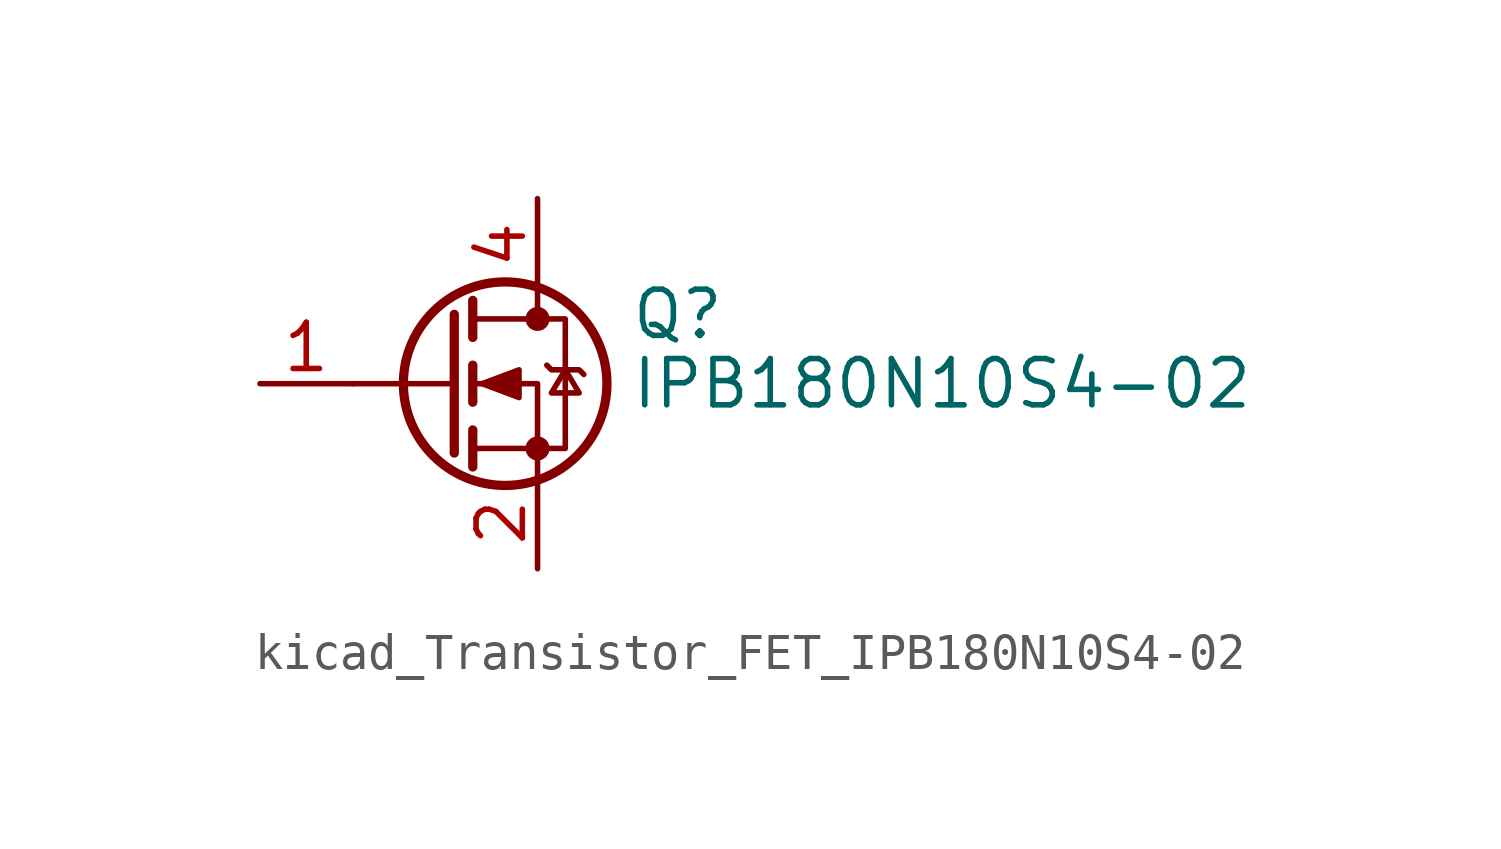
<source format=kicad_sym>
(kicad_symbol_lib
  (version 20220914)
  (generator kicad_symbol_editor)
  (symbol "kicad_Transistor_FET_IPB180N10S4-02"
    (pin_names hide)
    (property "Reference" "Q"
      (at 5.08 1.905 0)
      (effects (font (size 1.27 1.27)) (justify left)))
    (property "Value" "IPB180N10S4-02"
      (at 5.08 0 0)
      (effects (font (size 1.27 1.27)) (justify left)))
    (symbol "kicad_Transistor_FET_IPB180N10S4-02_0_1"
      (polyline (pts (xy 0.254 0) (xy -2.54 0)) (stroke (width 0) (type default)) (fill (type none)))
      (polyline (pts (xy 0.254 1.905) (xy 0.254 -1.905)) (stroke (width 0.254) (type default)) (fill (type none)))
      (polyline (pts (xy 0.762 -1.27) (xy 0.762 -2.286)) (stroke (width 0.254) (type default)) (fill (type none)))
      (polyline (pts (xy 0.762 0.508) (xy 0.762 -0.508)) (stroke (width 0.254) (type default)) (fill (type none)))
      (polyline (pts (xy 0.762 2.286) (xy 0.762 1.27)) (stroke (width 0.254) (type default)) (fill (type none)))
      (polyline (pts (xy 2.54 2.54) (xy 2.54 1.778)) (stroke (width 0) (type default)) (fill (type none)))
      (polyline (pts (xy 2.54 -2.54) (xy 2.54 0) (xy 0.762 0)) (stroke (width 0) (type default)) (fill (type none)))
      (polyline (pts (xy 0.762 -1.778) (xy 3.302 -1.778) (xy 3.302 1.778) (xy 0.762 1.778)) (stroke (width 0) (type default)) (fill (type none)))
      (polyline (pts (xy 1.016 0) (xy 2.032 0.381) (xy 2.032 -0.381) (xy 1.016 0)) (stroke (width 0) (type default)) (fill (type outline)))
      (polyline (pts (xy 2.794 0.508) (xy 2.921 0.381) (xy 3.683 0.381) (xy 3.81 0.254)) (stroke (width 0) (type default)) (fill (type none)))
      (polyline (pts (xy 3.302 0.381) (xy 2.921 -0.254) (xy 3.683 -0.254) (xy 3.302 0.381)) (stroke (width 0) (type default)) (fill (type none)))
      (circle (center 1.651 0) (radius 2.794) (stroke (width 0.254) (type default)) (fill (type none)))
      (circle (center 2.54 -1.778) (radius 0.254) (stroke (width 0) (type default)) (fill (type outline)))
      (circle (center 2.54 1.778) (radius 0.254) (stroke (width 0) (type default)) (fill (type outline))))
    (symbol "kicad_Transistor_FET_IPB180N10S4-02_1_1"
      (pin passive line (at -5.08 0 0) (length 2.54) (name "G" (effects (font (size 1.27 1.27)))) (number "1" (effects (font (size 1.27 1.27)))))
      (pin passive line (at 2.54 -5.08 90) (length 2.54) (name "S" (effects (font (size 1.27 1.27)))) (number "2" (effects (font (size 1.27 1.27)))))
      (pin passive line (at 2.54 -5.08 90) (length 2.54) hide (name "S" (effects (font (size 1.27 1.27)))) (number "3" (effects (font (size 1.27 1.27)))))
      (pin passive line (at 2.54 5.08 270) (length 2.54) (name "D" (effects (font (size 1.27 1.27)))) (number "4" (effects (font (size 1.27 1.27)))))
      (pin passive line (at 2.54 -5.08 90) (length 2.54) hide (name "S" (effects (font (size 1.27 1.27)))) (number "5" (effects (font (size 1.27 1.27)))))
      (pin passive line (at 2.54 -5.08 90) (length 2.54) hide (name "S" (effects (font (size 1.27 1.27)))) (number "6" (effects (font (size 1.27 1.27)))))
      (pin passive line (at 2.54 -5.08 90) (length 2.54) hide (name "S" (effects (font (size 1.27 1.27)))) (number "7" (effects (font (size 1.27 1.27))))))))
</source>
